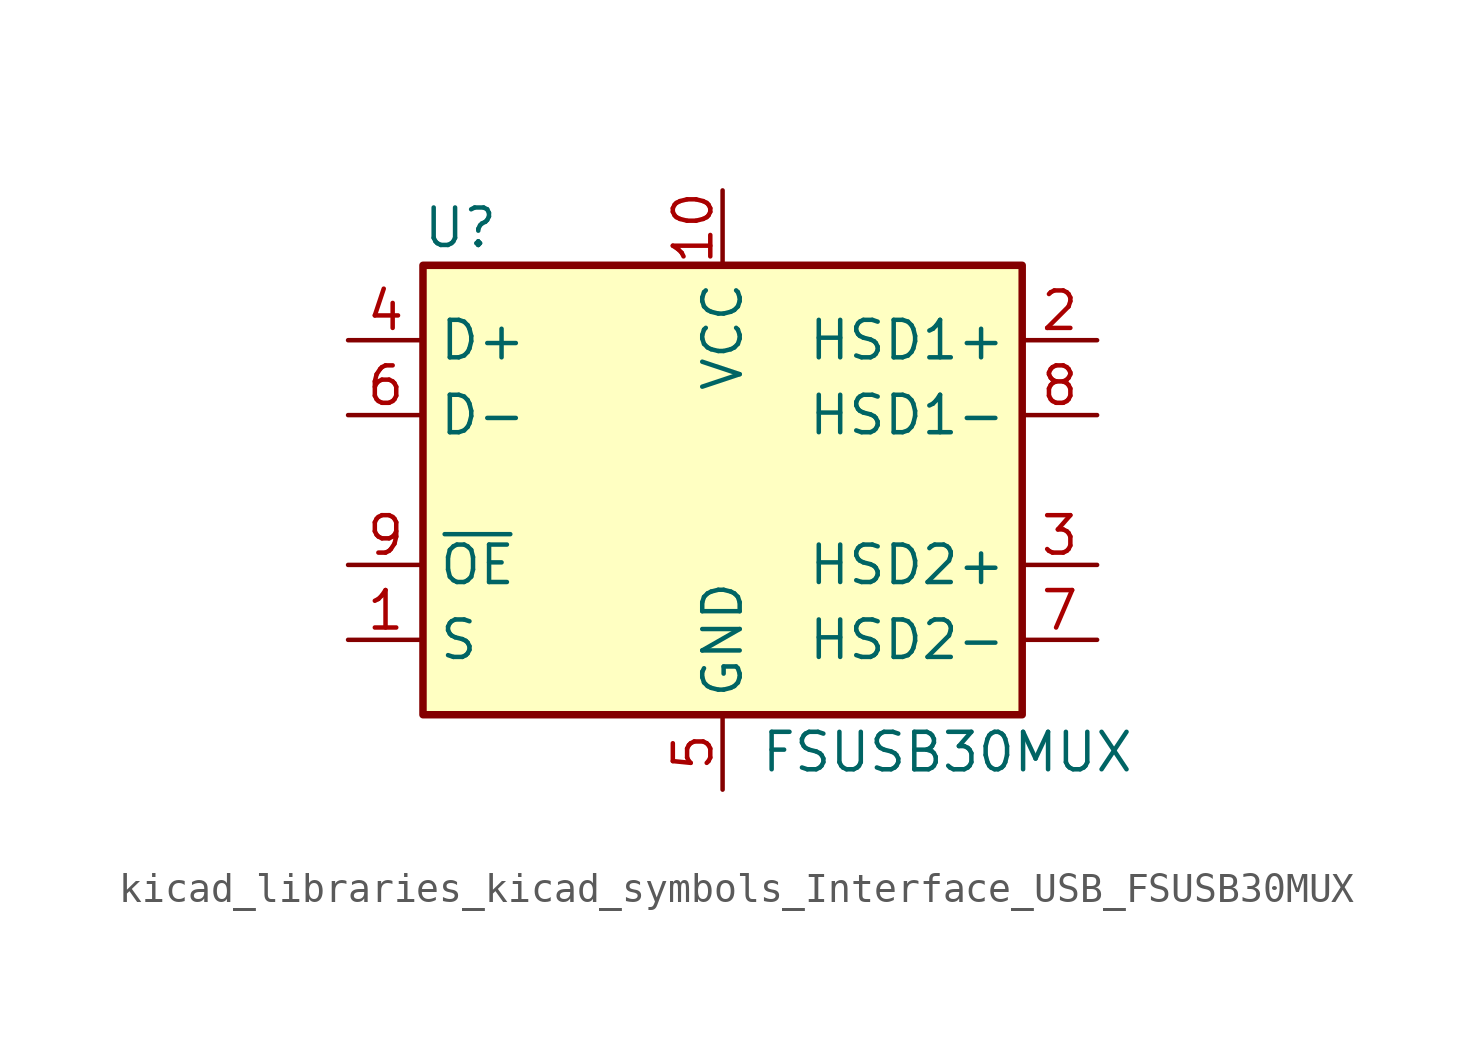
<source format=kicad_sym>
(kicad_symbol_lib
  (version 20220914)
  (generator kicad_symbol_editor)
  (symbol "kicad_libraries_kicad_symbols_Interface_USB_FSUSB30MUX"
    (property "Reference" "U"
      (at -8.89 8.89 0)
      (effects (font (size 1.27 1.27))))
    (property "Value" "FSUSB30MUX"
      (at 7.62 -8.89 0)
      (effects (font (size 1.27 1.27))))
    (symbol "kicad_libraries_kicad_symbols_Interface_USB_FSUSB30MUX_0_1"
      (rectangle (start -10.16 7.62) (end 10.16 -7.62) (stroke (width 0.254) (type default)) (fill (type background))))
    (symbol "kicad_libraries_kicad_symbols_Interface_USB_FSUSB30MUX_1_1"
      (pin input line (at -12.7 -5.08 0) (length 2.54) (name "S" (effects (font (size 1.27 1.27)))) (number "1" (effects (font (size 1.27 1.27)))))
      (pin power_in line (at 0 10.16 270) (length 2.54) (name "VCC" (effects (font (size 1.27 1.27)))) (number "10" (effects (font (size 1.27 1.27)))))
      (pin bidirectional line (at 12.7 5.08 180) (length 2.54) (name "HSD1+" (effects (font (size 1.27 1.27)))) (number "2" (effects (font (size 1.27 1.27)))))
      (pin bidirectional line (at 12.7 -2.54 180) (length 2.54) (name "HSD2+" (effects (font (size 1.27 1.27)))) (number "3" (effects (font (size 1.27 1.27)))))
      (pin bidirectional line (at -12.7 5.08 0) (length 2.54) (name "D+" (effects (font (size 1.27 1.27)))) (number "4" (effects (font (size 1.27 1.27)))))
      (pin power_in line (at 0 -10.16 90) (length 2.54) (name "GND" (effects (font (size 1.27 1.27)))) (number "5" (effects (font (size 1.27 1.27)))))
      (pin bidirectional line (at -12.7 2.54 0) (length 2.54) (name "D-" (effects (font (size 1.27 1.27)))) (number "6" (effects (font (size 1.27 1.27)))))
      (pin bidirectional line (at 12.7 -5.08 180) (length 2.54) (name "HSD2-" (effects (font (size 1.27 1.27)))) (number "7" (effects (font (size 1.27 1.27)))))
      (pin bidirectional line (at 12.7 2.54 180) (length 2.54) (name "HSD1-" (effects (font (size 1.27 1.27)))) (number "8" (effects (font (size 1.27 1.27)))))
      (pin input line (at -12.7 -2.54 0) (length 2.54) (name "~{OE}" (effects (font (size 1.27 1.27)))) (number "9" (effects (font (size 1.27 1.27))))))))
</source>
